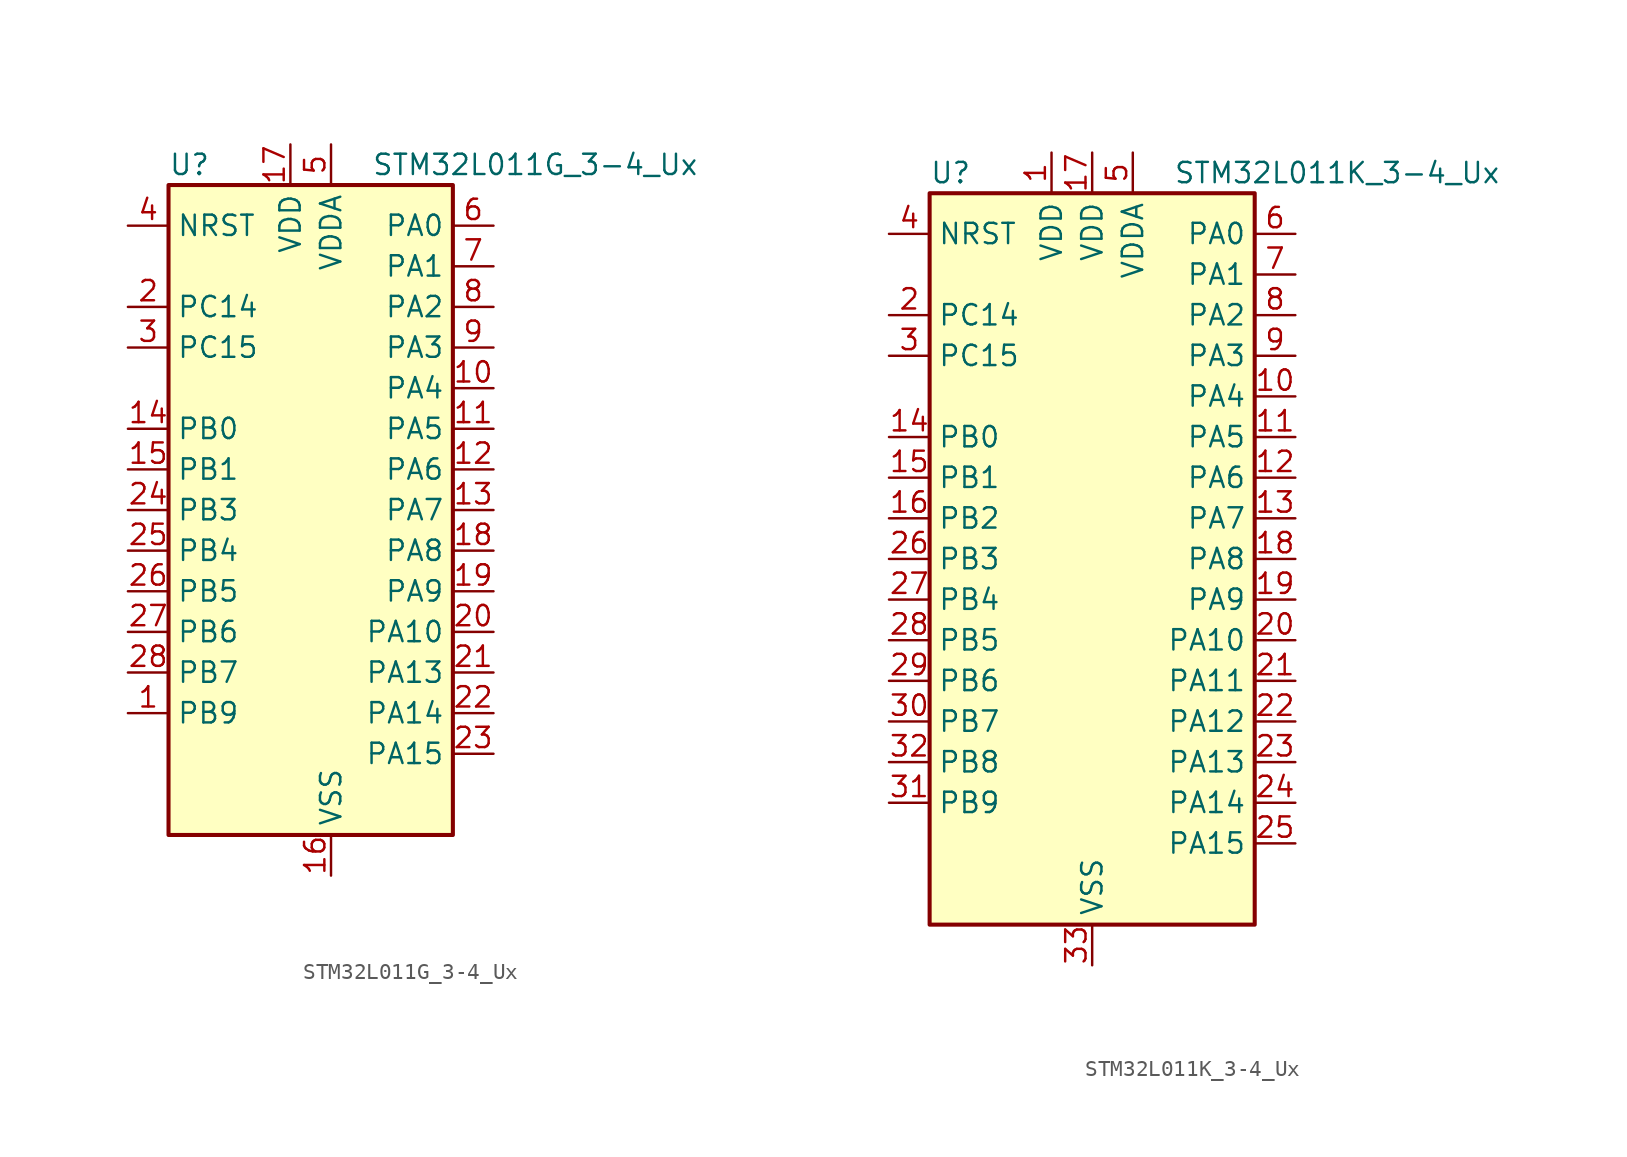
<source format=kicad_sym>
(kicad_symbol_lib
  (version 20231120)
  (generator "kicad_symbol_editor")
  (generator_version "8.0")
  (symbol "STM32L011G_3-4_Ux"
    (property "Reference" "U"
      (at -7.62 21.59 0)
      (effects (font (size 1.27 1.27)) (justify left)))
    (property "Value" "STM32L011G_3-4_Ux"
      (at 5.08 21.59 0)
      (effects (font (size 1.27 1.27)) (justify left)))
    (property "ki_locked" ""
      (at 0 0 0)
      (effects (font (size 1.27 1.27))))
    (symbol "STM32L011G_3-4_Ux_0_1"
      (rectangle (start -7.62 -20.32) (end 10.16 20.32) (stroke (width 0.254) (type default)) (fill (type background))))
    (symbol "STM32L011G_3-4_Ux_1_1"
      (pin bidirectional line (at -10.16 -12.7 0) (length 2.54) (name "PB9" (effects (font (size 1.27 1.27)))) (number "1" (effects (font (size 1.27 1.27)))))
      (pin bidirectional line (at 12.7 7.62 180) (length 2.54) (name "PA4" (effects (font (size 1.27 1.27)))) (number "10" (effects (font (size 1.27 1.27)))) (alternate "ADC_IN4" bidirectional line) (alternate "COMP1_INM" bidirectional line) (alternate "COMP2_INM" bidirectional line) (alternate "COMP2_OUT" bidirectional line) (alternate "I2C1_SCL" bidirectional line) (alternate "LPTIM1_ETR" bidirectional line) (alternate "LPTIM1_IN1" bidirectional line) (alternate "LPUART1_TX" bidirectional line) (alternate "SPI1_NSS" bidirectional line) (alternate "TIM2_ETR" bidirectional line) (alternate "USART2_CK" bidirectional line))
      (pin bidirectional line (at 12.7 5.08 180) (length 2.54) (name "PA5" (effects (font (size 1.27 1.27)))) (number "11" (effects (font (size 1.27 1.27)))) (alternate "ADC_IN5" bidirectional line) (alternate "COMP1_INM" bidirectional line) (alternate "COMP2_INM" bidirectional line) (alternate "LPTIM1_IN2" bidirectional line) (alternate "SPI1_SCK" bidirectional line) (alternate "TIM2_CH1" bidirectional line) (alternate "TIM2_ETR" bidirectional line))
      (pin bidirectional line (at 12.7 2.54 180) (length 2.54) (name "PA6" (effects (font (size 1.27 1.27)))) (number "12" (effects (font (size 1.27 1.27)))) (alternate "ADC_IN6" bidirectional line) (alternate "COMP1_OUT" bidirectional line) (alternate "LPTIM1_ETR" bidirectional line) (alternate "LPUART1_CTS" bidirectional line) (alternate "SPI1_MISO" bidirectional line))
      (pin bidirectional line (at 12.7 0 180) (length 2.54) (name "PA7" (effects (font (size 1.27 1.27)))) (number "13" (effects (font (size 1.27 1.27)))) (alternate "ADC_IN7" bidirectional line) (alternate "COMP2_INP" bidirectional line) (alternate "COMP2_OUT" bidirectional line) (alternate "LPTIM1_OUT" bidirectional line) (alternate "SPI1_MOSI" bidirectional line) (alternate "TIM21_ETR" bidirectional line) (alternate "USART2_CTS" bidirectional line))
      (pin bidirectional line (at -10.16 5.08 0) (length 2.54) (name "PB0" (effects (font (size 1.27 1.27)))) (number "14" (effects (font (size 1.27 1.27)))) (alternate "ADC_IN8" bidirectional line) (alternate "SPI1_MISO" bidirectional line) (alternate "SYS_VREF_OUT_PB0" bidirectional line) (alternate "TIM2_CH2" bidirectional line) (alternate "TIM2_CH3" bidirectional line) (alternate "USART2_DE" bidirectional line) (alternate "USART2_RTS" bidirectional line))
      (pin bidirectional line (at -10.16 2.54 0) (length 2.54) (name "PB1" (effects (font (size 1.27 1.27)))) (number "15" (effects (font (size 1.27 1.27)))) (alternate "ADC_IN9" bidirectional line) (alternate "LPTIM1_IN1" bidirectional line) (alternate "LPUART1_DE" bidirectional line) (alternate "LPUART1_RTS" bidirectional line) (alternate "SPI1_MOSI" bidirectional line) (alternate "SYS_VREF_OUT_PB1" bidirectional line) (alternate "TIM2_CH4" bidirectional line) (alternate "USART2_CK" bidirectional line))
      (pin power_in line (at 2.54 -22.86 90) (length 2.54) (name "VSS" (effects (font (size 1.27 1.27)))) (number "16" (effects (font (size 1.27 1.27)))))
      (pin power_in line (at 0 22.86 270) (length 2.54) (name "VDD" (effects (font (size 1.27 1.27)))) (number "17" (effects (font (size 1.27 1.27)))))
      (pin bidirectional line (at 12.7 -2.54 180) (length 2.54) (name "PA8" (effects (font (size 1.27 1.27)))) (number "18" (effects (font (size 1.27 1.27)))) (alternate "LPTIM1_IN1" bidirectional line) (alternate "RCC_MCO" bidirectional line) (alternate "TIM2_CH1" bidirectional line) (alternate "USART2_CK" bidirectional line))
      (pin bidirectional line (at 12.7 -5.08 180) (length 2.54) (name "PA9" (effects (font (size 1.27 1.27)))) (number "19" (effects (font (size 1.27 1.27)))) (alternate "COMP1_OUT" bidirectional line) (alternate "I2C1_SCL" bidirectional line) (alternate "LPTIM1_OUT" bidirectional line) (alternate "RCC_MCO" bidirectional line) (alternate "TIM21_CH2" bidirectional line) (alternate "USART2_TX" bidirectional line))
      (pin bidirectional line (at -10.16 12.7 0) (length 2.54) (name "PC14" (effects (font (size 1.27 1.27)))) (number "2" (effects (font (size 1.27 1.27)))) (alternate "RCC_OSC32_IN" bidirectional line))
      (pin bidirectional line (at 12.7 -7.62 180) (length 2.54) (name "PA10" (effects (font (size 1.27 1.27)))) (number "20" (effects (font (size 1.27 1.27)))) (alternate "COMP1_OUT" bidirectional line) (alternate "I2C1_SDA" bidirectional line) (alternate "RTC_REFIN" bidirectional line) (alternate "TIM21_CH1" bidirectional line) (alternate "TIM2_CH3" bidirectional line) (alternate "USART2_RX" bidirectional line))
      (pin bidirectional line (at 12.7 -10.16 180) (length 2.54) (name "PA13" (effects (font (size 1.27 1.27)))) (number "21" (effects (font (size 1.27 1.27)))) (alternate "COMP1_OUT" bidirectional line) (alternate "I2C1_SDA" bidirectional line) (alternate "LPTIM1_ETR" bidirectional line) (alternate "LPUART1_RX" bidirectional line) (alternate "SPI1_SCK" bidirectional line) (alternate "SYS_SWDIO" bidirectional line))
      (pin bidirectional line (at 12.7 -12.7 180) (length 2.54) (name "PA14" (effects (font (size 1.27 1.27)))) (number "22" (effects (font (size 1.27 1.27)))) (alternate "COMP2_OUT" bidirectional line) (alternate "I2C1_SMBA" bidirectional line) (alternate "LPTIM1_OUT" bidirectional line) (alternate "LPUART1_TX" bidirectional line) (alternate "SPI1_MISO" bidirectional line) (alternate "SYS_SWCLK" bidirectional line) (alternate "USART2_TX" bidirectional line))
      (pin bidirectional line (at 12.7 -15.24 180) (length 2.54) (name "PA15" (effects (font (size 1.27 1.27)))) (number "23" (effects (font (size 1.27 1.27)))) (alternate "SPI1_NSS" bidirectional line) (alternate "TIM2_CH1" bidirectional line) (alternate "TIM2_ETR" bidirectional line) (alternate "USART2_RX" bidirectional line))
      (pin bidirectional line (at -10.16 0 0) (length 2.54) (name "PB3" (effects (font (size 1.27 1.27)))) (number "24" (effects (font (size 1.27 1.27)))) (alternate "COMP2_INM" bidirectional line) (alternate "SPI1_SCK" bidirectional line) (alternate "TIM2_CH2" bidirectional line))
      (pin bidirectional line (at -10.16 -2.54 0) (length 2.54) (name "PB4" (effects (font (size 1.27 1.27)))) (number "25" (effects (font (size 1.27 1.27)))) (alternate "COMP2_INP" bidirectional line) (alternate "SPI1_MISO" bidirectional line))
      (pin bidirectional line (at -10.16 -5.08 0) (length 2.54) (name "PB5" (effects (font (size 1.27 1.27)))) (number "26" (effects (font (size 1.27 1.27)))) (alternate "COMP2_INP" bidirectional line) (alternate "I2C1_SMBA" bidirectional line) (alternate "LPTIM1_IN1" bidirectional line) (alternate "SPI1_MOSI" bidirectional line) (alternate "TIM21_CH1" bidirectional line))
      (pin bidirectional line (at -10.16 -7.62 0) (length 2.54) (name "PB6" (effects (font (size 1.27 1.27)))) (number "27" (effects (font (size 1.27 1.27)))) (alternate "COMP2_INP" bidirectional line) (alternate "I2C1_SCL" bidirectional line) (alternate "LPTIM1_ETR" bidirectional line) (alternate "LPUART1_TX" bidirectional line) (alternate "TIM2_CH3" bidirectional line) (alternate "USART2_TX" bidirectional line))
      (pin bidirectional line (at -10.16 -10.16 0) (length 2.54) (name "PB7" (effects (font (size 1.27 1.27)))) (number "28" (effects (font (size 1.27 1.27)))) (alternate "COMP2_INP" bidirectional line) (alternate "I2C1_SDA" bidirectional line) (alternate "LPTIM1_IN2" bidirectional line) (alternate "LPUART1_RX" bidirectional line) (alternate "SYS_PVD_IN" bidirectional line) (alternate "TIM2_CH4" bidirectional line) (alternate "USART2_RX" bidirectional line))
      (pin bidirectional line (at -10.16 10.16 0) (length 2.54) (name "PC15" (effects (font (size 1.27 1.27)))) (number "3" (effects (font (size 1.27 1.27)))) (alternate "RCC_OSC32_OUT" bidirectional line))
      (pin input line (at -10.16 17.78 0) (length 2.54) (name "NRST" (effects (font (size 1.27 1.27)))) (number "4" (effects (font (size 1.27 1.27)))))
      (pin power_in line (at 2.54 22.86 270) (length 2.54) (name "VDDA" (effects (font (size 1.27 1.27)))) (number "5" (effects (font (size 1.27 1.27)))))
      (pin bidirectional line (at 12.7 17.78 180) (length 2.54) (name "PA0" (effects (font (size 1.27 1.27)))) (number "6" (effects (font (size 1.27 1.27)))) (alternate "ADC_IN0" bidirectional line) (alternate "COMP1_INM" bidirectional line) (alternate "COMP1_OUT" bidirectional line) (alternate "LPTIM1_IN1" bidirectional line) (alternate "LPUART1_RX" bidirectional line) (alternate "RCC_CK_IN" bidirectional line) (alternate "RTC_TAMP2" bidirectional line) (alternate "SYS_WKUP1" bidirectional line) (alternate "TIM2_CH1" bidirectional line) (alternate "TIM2_ETR" bidirectional line) (alternate "USART2_CTS" bidirectional line) (alternate "USART2_RX" bidirectional line))
      (pin bidirectional line (at 12.7 15.24 180) (length 2.54) (name "PA1" (effects (font (size 1.27 1.27)))) (number "7" (effects (font (size 1.27 1.27)))) (alternate "ADC_IN1" bidirectional line) (alternate "COMP1_INP" bidirectional line) (alternate "I2C1_SMBA" bidirectional line) (alternate "LPTIM1_IN2" bidirectional line) (alternate "LPUART1_TX" bidirectional line) (alternate "TIM21_ETR" bidirectional line) (alternate "TIM2_CH2" bidirectional line) (alternate "USART2_DE" bidirectional line) (alternate "USART2_RTS" bidirectional line))
      (pin bidirectional line (at 12.7 12.7 180) (length 2.54) (name "PA2" (effects (font (size 1.27 1.27)))) (number "8" (effects (font (size 1.27 1.27)))) (alternate "ADC_IN2" bidirectional line) (alternate "COMP2_INM" bidirectional line) (alternate "COMP2_OUT" bidirectional line) (alternate "LPUART1_TX" bidirectional line) (alternate "RTC_OUT_ALARM" bidirectional line) (alternate "RTC_OUT_CALIB" bidirectional line) (alternate "RTC_TAMP3" bidirectional line) (alternate "RTC_TS" bidirectional line) (alternate "SYS_WKUP3" bidirectional line) (alternate "TIM21_CH1" bidirectional line) (alternate "TIM2_CH3" bidirectional line) (alternate "USART2_TX" bidirectional line))
      (pin bidirectional line (at 12.7 10.16 180) (length 2.54) (name "PA3" (effects (font (size 1.27 1.27)))) (number "9" (effects (font (size 1.27 1.27)))) (alternate "ADC_IN3" bidirectional line) (alternate "COMP2_INP" bidirectional line) (alternate "LPUART1_RX" bidirectional line) (alternate "TIM21_CH2" bidirectional line) (alternate "TIM2_CH4" bidirectional line) (alternate "USART2_RX" bidirectional line))))
  (symbol "STM32L011K_3-4_Ux"
    (property "Reference" "U"
      (at -10.16 24.13 0)
      (effects (font (size 1.27 1.27)) (justify left)))
    (property "Value" "STM32L011K_3-4_Ux"
      (at 5.08 24.13 0)
      (effects (font (size 1.27 1.27)) (justify left)))
    (property "ki_locked" ""
      (at 0 0 0)
      (effects (font (size 1.27 1.27))))
    (symbol "STM32L011K_3-4_Ux_0_1"
      (rectangle (start -10.16 -22.86) (end 10.16 22.86) (stroke (width 0.254) (type default)) (fill (type background))))
    (symbol "STM32L011K_3-4_Ux_1_1"
      (pin power_in line (at -2.54 25.4 270) (length 2.54) (name "VDD" (effects (font (size 1.27 1.27)))) (number "1" (effects (font (size 1.27 1.27)))))
      (pin bidirectional line (at 12.7 10.16 180) (length 2.54) (name "PA4" (effects (font (size 1.27 1.27)))) (number "10" (effects (font (size 1.27 1.27)))) (alternate "ADC_IN4" bidirectional line) (alternate "COMP1_INM" bidirectional line) (alternate "COMP2_INM" bidirectional line) (alternate "COMP2_OUT" bidirectional line) (alternate "I2C1_SCL" bidirectional line) (alternate "LPTIM1_ETR" bidirectional line) (alternate "LPTIM1_IN1" bidirectional line) (alternate "LPUART1_TX" bidirectional line) (alternate "SPI1_NSS" bidirectional line) (alternate "TIM2_ETR" bidirectional line) (alternate "USART2_CK" bidirectional line))
      (pin bidirectional line (at 12.7 7.62 180) (length 2.54) (name "PA5" (effects (font (size 1.27 1.27)))) (number "11" (effects (font (size 1.27 1.27)))) (alternate "ADC_IN5" bidirectional line) (alternate "COMP1_INM" bidirectional line) (alternate "COMP2_INM" bidirectional line) (alternate "LPTIM1_IN2" bidirectional line) (alternate "SPI1_SCK" bidirectional line) (alternate "TIM2_CH1" bidirectional line) (alternate "TIM2_ETR" bidirectional line))
      (pin bidirectional line (at 12.7 5.08 180) (length 2.54) (name "PA6" (effects (font (size 1.27 1.27)))) (number "12" (effects (font (size 1.27 1.27)))) (alternate "ADC_IN6" bidirectional line) (alternate "COMP1_OUT" bidirectional line) (alternate "LPTIM1_ETR" bidirectional line) (alternate "LPUART1_CTS" bidirectional line) (alternate "SPI1_MISO" bidirectional line))
      (pin bidirectional line (at 12.7 2.54 180) (length 2.54) (name "PA7" (effects (font (size 1.27 1.27)))) (number "13" (effects (font (size 1.27 1.27)))) (alternate "ADC_IN7" bidirectional line) (alternate "COMP2_INP" bidirectional line) (alternate "COMP2_OUT" bidirectional line) (alternate "LPTIM1_OUT" bidirectional line) (alternate "SPI1_MOSI" bidirectional line) (alternate "TIM21_ETR" bidirectional line) (alternate "USART2_CTS" bidirectional line))
      (pin bidirectional line (at -12.7 7.62 0) (length 2.54) (name "PB0" (effects (font (size 1.27 1.27)))) (number "14" (effects (font (size 1.27 1.27)))) (alternate "ADC_IN8" bidirectional line) (alternate "SPI1_MISO" bidirectional line) (alternate "SYS_VREF_OUT_PB0" bidirectional line) (alternate "TIM2_CH2" bidirectional line) (alternate "TIM2_CH3" bidirectional line) (alternate "USART2_DE" bidirectional line) (alternate "USART2_RTS" bidirectional line))
      (pin bidirectional line (at -12.7 5.08 0) (length 2.54) (name "PB1" (effects (font (size 1.27 1.27)))) (number "15" (effects (font (size 1.27 1.27)))) (alternate "ADC_IN9" bidirectional line) (alternate "LPTIM1_IN1" bidirectional line) (alternate "LPUART1_DE" bidirectional line) (alternate "LPUART1_RTS" bidirectional line) (alternate "SPI1_MOSI" bidirectional line) (alternate "SYS_VREF_OUT_PB1" bidirectional line) (alternate "TIM2_CH4" bidirectional line) (alternate "USART2_CK" bidirectional line))
      (pin bidirectional line (at -12.7 2.54 0) (length 2.54) (name "PB2" (effects (font (size 1.27 1.27)))) (number "16" (effects (font (size 1.27 1.27)))) (alternate "LPTIM1_OUT" bidirectional line))
      (pin power_in line (at 0 25.4 270) (length 2.54) (name "VDD" (effects (font (size 1.27 1.27)))) (number "17" (effects (font (size 1.27 1.27)))))
      (pin bidirectional line (at 12.7 0 180) (length 2.54) (name "PA8" (effects (font (size 1.27 1.27)))) (number "18" (effects (font (size 1.27 1.27)))) (alternate "LPTIM1_IN1" bidirectional line) (alternate "RCC_MCO" bidirectional line) (alternate "TIM2_CH1" bidirectional line) (alternate "USART2_CK" bidirectional line))
      (pin bidirectional line (at 12.7 -2.54 180) (length 2.54) (name "PA9" (effects (font (size 1.27 1.27)))) (number "19" (effects (font (size 1.27 1.27)))) (alternate "COMP1_OUT" bidirectional line) (alternate "I2C1_SCL" bidirectional line) (alternate "LPTIM1_OUT" bidirectional line) (alternate "RCC_MCO" bidirectional line) (alternate "TIM21_CH2" bidirectional line) (alternate "USART2_TX" bidirectional line))
      (pin bidirectional line (at -12.7 15.24 0) (length 2.54) (name "PC14" (effects (font (size 1.27 1.27)))) (number "2" (effects (font (size 1.27 1.27)))) (alternate "RCC_OSC32_IN" bidirectional line))
      (pin bidirectional line (at 12.7 -5.08 180) (length 2.54) (name "PA10" (effects (font (size 1.27 1.27)))) (number "20" (effects (font (size 1.27 1.27)))) (alternate "COMP1_OUT" bidirectional line) (alternate "I2C1_SDA" bidirectional line) (alternate "RTC_REFIN" bidirectional line) (alternate "TIM21_CH1" bidirectional line) (alternate "TIM2_CH3" bidirectional line) (alternate "USART2_RX" bidirectional line))
      (pin bidirectional line (at 12.7 -7.62 180) (length 2.54) (name "PA11" (effects (font (size 1.27 1.27)))) (number "21" (effects (font (size 1.27 1.27)))) (alternate "ADC_EXTI11" bidirectional line) (alternate "COMP1_OUT" bidirectional line) (alternate "LPTIM1_OUT" bidirectional line) (alternate "SPI1_MISO" bidirectional line) (alternate "TIM21_CH2" bidirectional line) (alternate "USART2_CTS" bidirectional line))
      (pin bidirectional line (at 12.7 -10.16 180) (length 2.54) (name "PA12" (effects (font (size 1.27 1.27)))) (number "22" (effects (font (size 1.27 1.27)))) (alternate "COMP2_OUT" bidirectional line) (alternate "SPI1_MOSI" bidirectional line) (alternate "USART2_DE" bidirectional line) (alternate "USART2_RTS" bidirectional line))
      (pin bidirectional line (at 12.7 -12.7 180) (length 2.54) (name "PA13" (effects (font (size 1.27 1.27)))) (number "23" (effects (font (size 1.27 1.27)))) (alternate "COMP1_OUT" bidirectional line) (alternate "I2C1_SDA" bidirectional line) (alternate "LPTIM1_ETR" bidirectional line) (alternate "LPUART1_RX" bidirectional line) (alternate "SPI1_SCK" bidirectional line) (alternate "SYS_SWDIO" bidirectional line))
      (pin bidirectional line (at 12.7 -15.24 180) (length 2.54) (name "PA14" (effects (font (size 1.27 1.27)))) (number "24" (effects (font (size 1.27 1.27)))) (alternate "COMP2_OUT" bidirectional line) (alternate "I2C1_SMBA" bidirectional line) (alternate "LPTIM1_OUT" bidirectional line) (alternate "LPUART1_TX" bidirectional line) (alternate "SPI1_MISO" bidirectional line) (alternate "SYS_SWCLK" bidirectional line) (alternate "USART2_TX" bidirectional line))
      (pin bidirectional line (at 12.7 -17.78 180) (length 2.54) (name "PA15" (effects (font (size 1.27 1.27)))) (number "25" (effects (font (size 1.27 1.27)))) (alternate "SPI1_NSS" bidirectional line) (alternate "TIM2_CH1" bidirectional line) (alternate "TIM2_ETR" bidirectional line) (alternate "USART2_RX" bidirectional line))
      (pin bidirectional line (at -12.7 0 0) (length 2.54) (name "PB3" (effects (font (size 1.27 1.27)))) (number "26" (effects (font (size 1.27 1.27)))) (alternate "COMP2_INM" bidirectional line) (alternate "SPI1_SCK" bidirectional line) (alternate "TIM2_CH2" bidirectional line))
      (pin bidirectional line (at -12.7 -2.54 0) (length 2.54) (name "PB4" (effects (font (size 1.27 1.27)))) (number "27" (effects (font (size 1.27 1.27)))) (alternate "COMP2_INP" bidirectional line) (alternate "SPI1_MISO" bidirectional line))
      (pin bidirectional line (at -12.7 -5.08 0) (length 2.54) (name "PB5" (effects (font (size 1.27 1.27)))) (number "28" (effects (font (size 1.27 1.27)))) (alternate "COMP2_INP" bidirectional line) (alternate "I2C1_SMBA" bidirectional line) (alternate "LPTIM1_IN1" bidirectional line) (alternate "SPI1_MOSI" bidirectional line) (alternate "TIM21_CH1" bidirectional line))
      (pin bidirectional line (at -12.7 -7.62 0) (length 2.54) (name "PB6" (effects (font (size 1.27 1.27)))) (number "29" (effects (font (size 1.27 1.27)))) (alternate "COMP2_INP" bidirectional line) (alternate "I2C1_SCL" bidirectional line) (alternate "LPTIM1_ETR" bidirectional line) (alternate "LPUART1_TX" bidirectional line) (alternate "TIM2_CH3" bidirectional line) (alternate "USART2_TX" bidirectional line))
      (pin bidirectional line (at -12.7 12.7 0) (length 2.54) (name "PC15" (effects (font (size 1.27 1.27)))) (number "3" (effects (font (size 1.27 1.27)))) (alternate "RCC_OSC32_OUT" bidirectional line))
      (pin bidirectional line (at -12.7 -10.16 0) (length 2.54) (name "PB7" (effects (font (size 1.27 1.27)))) (number "30" (effects (font (size 1.27 1.27)))) (alternate "COMP2_INP" bidirectional line) (alternate "I2C1_SDA" bidirectional line) (alternate "LPTIM1_IN2" bidirectional line) (alternate "LPUART1_RX" bidirectional line) (alternate "SYS_PVD_IN" bidirectional line) (alternate "TIM2_CH4" bidirectional line) (alternate "USART2_RX" bidirectional line))
      (pin bidirectional line (at -12.7 -15.24 0) (length 2.54) (name "PB9" (effects (font (size 1.27 1.27)))) (number "31" (effects (font (size 1.27 1.27)))))
      (pin bidirectional line (at -12.7 -12.7 0) (length 2.54) (name "PB8" (effects (font (size 1.27 1.27)))) (number "32" (effects (font (size 1.27 1.27)))) (alternate "I2C1_SCL" bidirectional line) (alternate "SPI1_NSS" bidirectional line) (alternate "USART2_TX" bidirectional line))
      (pin power_in line (at 0 -25.4 90) (length 2.54) (name "VSS" (effects (font (size 1.27 1.27)))) (number "33" (effects (font (size 1.27 1.27)))))
      (pin input line (at -12.7 20.32 0) (length 2.54) (name "NRST" (effects (font (size 1.27 1.27)))) (number "4" (effects (font (size 1.27 1.27)))))
      (pin power_in line (at 2.54 25.4 270) (length 2.54) (name "VDDA" (effects (font (size 1.27 1.27)))) (number "5" (effects (font (size 1.27 1.27)))))
      (pin bidirectional line (at 12.7 20.32 180) (length 2.54) (name "PA0" (effects (font (size 1.27 1.27)))) (number "6" (effects (font (size 1.27 1.27)))) (alternate "ADC_IN0" bidirectional line) (alternate "COMP1_INM" bidirectional line) (alternate "COMP1_OUT" bidirectional line) (alternate "LPTIM1_IN1" bidirectional line) (alternate "LPUART1_RX" bidirectional line) (alternate "RCC_CK_IN" bidirectional line) (alternate "RTC_TAMP2" bidirectional line) (alternate "SYS_WKUP1" bidirectional line) (alternate "TIM2_CH1" bidirectional line) (alternate "TIM2_ETR" bidirectional line) (alternate "USART2_CTS" bidirectional line) (alternate "USART2_RX" bidirectional line))
      (pin bidirectional line (at 12.7 17.78 180) (length 2.54) (name "PA1" (effects (font (size 1.27 1.27)))) (number "7" (effects (font (size 1.27 1.27)))) (alternate "ADC_IN1" bidirectional line) (alternate "COMP1_INP" bidirectional line) (alternate "I2C1_SMBA" bidirectional line) (alternate "LPTIM1_IN2" bidirectional line) (alternate "LPUART1_TX" bidirectional line) (alternate "TIM21_ETR" bidirectional line) (alternate "TIM2_CH2" bidirectional line) (alternate "USART2_DE" bidirectional line) (alternate "USART2_RTS" bidirectional line))
      (pin bidirectional line (at 12.7 15.24 180) (length 2.54) (name "PA2" (effects (font (size 1.27 1.27)))) (number "8" (effects (font (size 1.27 1.27)))) (alternate "ADC_IN2" bidirectional line) (alternate "COMP2_INM" bidirectional line) (alternate "COMP2_OUT" bidirectional line) (alternate "LPUART1_TX" bidirectional line) (alternate "RTC_OUT_ALARM" bidirectional line) (alternate "RTC_OUT_CALIB" bidirectional line) (alternate "RTC_TAMP3" bidirectional line) (alternate "RTC_TS" bidirectional line) (alternate "SYS_WKUP3" bidirectional line) (alternate "TIM21_CH1" bidirectional line) (alternate "TIM2_CH3" bidirectional line) (alternate "USART2_TX" bidirectional line))
      (pin bidirectional line (at 12.7 12.7 180) (length 2.54) (name "PA3" (effects (font (size 1.27 1.27)))) (number "9" (effects (font (size 1.27 1.27)))) (alternate "ADC_IN3" bidirectional line) (alternate "COMP2_INP" bidirectional line) (alternate "LPUART1_RX" bidirectional line) (alternate "TIM21_CH2" bidirectional line) (alternate "TIM2_CH4" bidirectional line) (alternate "USART2_RX" bidirectional line)))))
</source>
